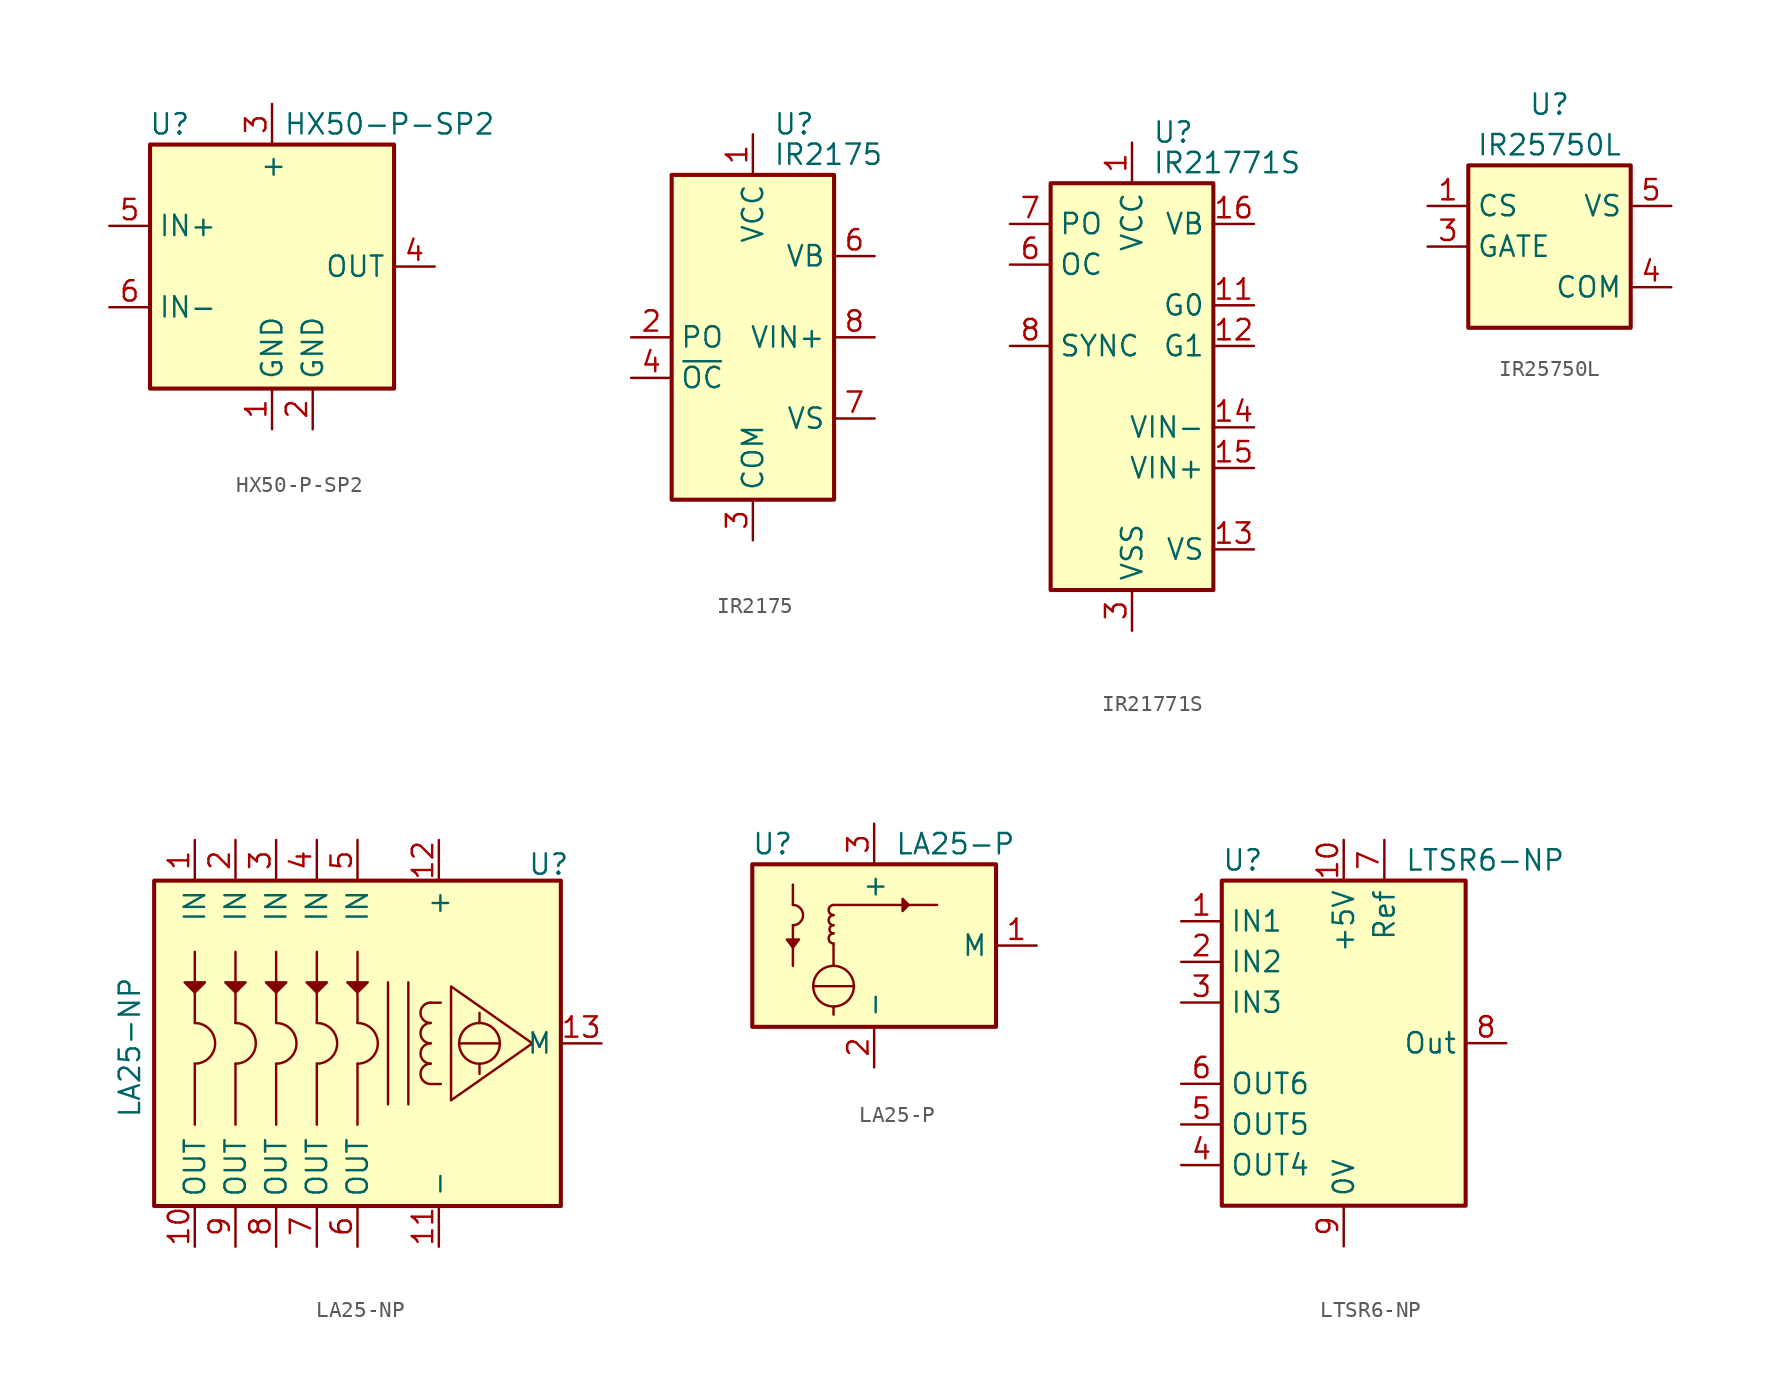
<source format=kicad_sym>
(kicad_symbol_lib
  (version 20241209)
  (generator "kicad_symbol_editor")
  (generator_version "9.0")
  (symbol "HX50-P-SP2"
    (property "Reference" "U"
      (at -5.08 8.89 0)
      (effects (font (size 1.27 1.27)) (justify right)))
    (property "Value" "HX50-P-SP2"
      (at 13.97 8.89 0)
      (effects (font (size 1.27 1.27)) (justify right)))
    (symbol "HX50-P-SP2_0_1"
      (rectangle (start -7.62 7.62) (end 7.62 -7.62) (stroke (width 0.254) (type default)) (fill (type background))))
    (symbol "HX50-P-SP2_1_1"
      (pin passive line (at -10.16 2.54 0) (length 2.54) (name "IN+" (effects (font (size 1.27 1.27)))) (number "5" (effects (font (size 1.27 1.27)))))
      (pin passive line (at -10.16 -2.54 0) (length 2.54) (name "IN-" (effects (font (size 1.27 1.27)))) (number "6" (effects (font (size 1.27 1.27)))))
      (pin power_in line (at 0 10.16 270) (length 2.54) (name "+" (effects (font (size 1.27 1.27)))) (number "3" (effects (font (size 1.27 1.27)))))
      (pin power_in line (at 0 -10.16 90) (length 2.54) (name "GND" (effects (font (size 1.27 1.27)))) (number "1" (effects (font (size 1.27 1.27)))))
      (pin power_in line (at 2.54 -10.16 90) (length 2.54) (name "GND" (effects (font (size 1.27 1.27)))) (number "2" (effects (font (size 1.27 1.27)))))
      (pin output line (at 10.16 0 180) (length 2.54) (name "OUT" (effects (font (size 1.27 1.27)))) (number "4" (effects (font (size 1.27 1.27)))))))
  (symbol "IR2175"
    (property "Reference" "U"
      (at 1.27 13.335 0)
      (effects (font (size 1.27 1.27)) (justify left)))
    (property "Value" "IR2175"
      (at 1.27 11.43 0)
      (effects (font (size 1.27 1.27)) (justify left)))
    (symbol "IR2175_0_1"
      (rectangle (start -5.08 -10.16) (end 5.08 10.16) (stroke (width 0.254) (type default)) (fill (type background))))
    (symbol "IR2175_1_1"
      (pin output line (at -7.62 0 0) (length 2.54) (name "PO" (effects (font (size 1.27 1.27)))) (number "2" (effects (font (size 1.27 1.27)))))
      (pin output line (at -7.62 -2.54 0) (length 2.54) (name "~{OC}" (effects (font (size 1.27 1.27)))) (number "4" (effects (font (size 1.27 1.27)))))
      (pin no_connect line (at -5.08 2.54 0) (length 2.54) (hide yes) (name "NC" (effects (font (size 1.27 1.27)))) (number "5" (effects (font (size 1.27 1.27)))))
      (pin power_in line (at 0 12.7 270) (length 2.54) (name "VCC" (effects (font (size 1.27 1.27)))) (number "1" (effects (font (size 1.27 1.27)))))
      (pin power_in line (at 0 -12.7 90) (length 2.54) (name "COM" (effects (font (size 1.27 1.27)))) (number "3" (effects (font (size 1.27 1.27)))))
      (pin passive line (at 7.62 5.08 180) (length 2.54) (name "VB" (effects (font (size 1.27 1.27)))) (number "6" (effects (font (size 1.27 1.27)))))
      (pin passive line (at 7.62 0 180) (length 2.54) (name "VIN+" (effects (font (size 1.27 1.27)))) (number "8" (effects (font (size 1.27 1.27)))))
      (pin passive line (at 7.62 -5.08 180) (length 2.54) (name "VS" (effects (font (size 1.27 1.27)))) (number "7" (effects (font (size 1.27 1.27)))))))
  (symbol "IR21771S"
    (property "Reference" "U"
      (at 1.27 15.875 0)
      (effects (font (size 1.27 1.27)) (justify left)))
    (property "Value" "IR21771S"
      (at 1.27 13.97 0)
      (effects (font (size 1.27 1.27)) (justify left)))
    (symbol "IR21771S_0_1"
      (rectangle (start -5.08 -12.7) (end 5.08 12.7) (stroke (width 0.254) (type default)) (fill (type background))))
    (symbol "IR21771S_1_1"
      (pin open_collector line (at -7.62 10.16 0) (length 2.54) (name "PO" (effects (font (size 1.27 1.27)))) (number "7" (effects (font (size 1.27 1.27)))))
      (pin open_collector line (at -7.62 7.62 0) (length 2.54) (name "OC" (effects (font (size 1.27 1.27)))) (number "6" (effects (font (size 1.27 1.27)))))
      (pin input line (at -7.62 2.54 0) (length 2.54) (name "SYNC" (effects (font (size 1.27 1.27)))) (number "8" (effects (font (size 1.27 1.27)))))
      (pin no_connect line (at -5.08 5.08 0) (length 2.54) (hide yes) (name "NC" (effects (font (size 1.27 1.27)))) (number "9" (effects (font (size 1.27 1.27)))))
      (pin no_connect line (at -5.08 0 0) (length 2.54) (hide yes) (name "NC" (effects (font (size 1.27 1.27)))) (number "10" (effects (font (size 1.27 1.27)))))
      (pin no_connect line (at -5.08 -2.54 0) (length 2.54) (hide yes) (name "NC" (effects (font (size 1.27 1.27)))) (number "5" (effects (font (size 1.27 1.27)))))
      (pin no_connect line (at -5.08 -5.08 0) (length 2.54) (hide yes) (name "NC" (effects (font (size 1.27 1.27)))) (number "2" (effects (font (size 1.27 1.27)))))
      (pin no_connect line (at -5.08 -7.62 0) (length 2.54) (hide yes) (name "NC" (effects (font (size 1.27 1.27)))) (number "4" (effects (font (size 1.27 1.27)))))
      (pin power_in line (at 0 15.24 270) (length 2.54) (name "VCC" (effects (font (size 1.27 1.27)))) (number "1" (effects (font (size 1.27 1.27)))))
      (pin power_in line (at 0 -15.24 90) (length 2.54) (name "VSS" (effects (font (size 1.27 1.27)))) (number "3" (effects (font (size 1.27 1.27)))))
      (pin passive line (at 7.62 10.16 180) (length 2.54) (name "VB" (effects (font (size 1.27 1.27)))) (number "16" (effects (font (size 1.27 1.27)))))
      (pin input line (at 7.62 5.08 180) (length 2.54) (name "G0" (effects (font (size 1.27 1.27)))) (number "11" (effects (font (size 1.27 1.27)))))
      (pin input line (at 7.62 2.54 180) (length 2.54) (name "G1" (effects (font (size 1.27 1.27)))) (number "12" (effects (font (size 1.27 1.27)))))
      (pin passive line (at 7.62 -2.54 180) (length 2.54) (name "VIN-" (effects (font (size 1.27 1.27)))) (number "14" (effects (font (size 1.27 1.27)))))
      (pin passive line (at 7.62 -5.08 180) (length 2.54) (name "VIN+" (effects (font (size 1.27 1.27)))) (number "15" (effects (font (size 1.27 1.27)))))
      (pin passive line (at 7.62 -10.16 180) (length 2.54) (name "VS" (effects (font (size 1.27 1.27)))) (number "13" (effects (font (size 1.27 1.27)))))))
  (symbol "IR25750L"
    (property "Reference" "U"
      (at 0 8.89 0)
      (effects (font (size 1.27 1.27))))
    (property "Value" "IR25750L"
      (at 0 6.35 0)
      (effects (font (size 1.27 1.27))))
    (symbol "IR25750L_0_1"
      (rectangle (start -5.08 -5.08) (end 5.08 5.08) (stroke (width 0.254) (type default)) (fill (type background))))
    (symbol "IR25750L_1_1"
      (pin output line (at -7.62 2.54 0) (length 2.54) (name "CS" (effects (font (size 1.27 1.27)))) (number "1" (effects (font (size 1.27 1.27)))))
      (pin input line (at -7.62 0 0) (length 2.54) (name "GATE" (effects (font (size 1.27 1.27)))) (number "3" (effects (font (size 1.27 1.27)))))
      (pin no_connect line (at -5.08 -2.54 0) (length 2.54) (hide yes) (name "NC" (effects (font (size 1.27 1.27)))) (number "2" (effects (font (size 1.27 1.27)))))
      (pin passive line (at 7.62 2.54 180) (length 2.54) (name "VS" (effects (font (size 1.27 1.27)))) (number "5" (effects (font (size 1.27 1.27)))))
      (pin power_in line (at 7.62 -2.54 180) (length 2.54) (name "COM" (effects (font (size 1.27 1.27)))) (number "4" (effects (font (size 1.27 1.27)))))))
  (symbol "LA25-NP"
    (property "Reference" "U"
      (at 11.938 11.176 0)
      (effects (font (size 1.27 1.27))))
    (property "Value" "LA25-NP"
      (at -14.224 -0.254 90)
      (effects (font (size 1.27 1.27))))
    (symbol "LA25-NP_0_1"
      (polyline (pts (xy -10.16 1.27) (xy -10.16 5.715)) (stroke (width 0) (type default)) (fill (type none)))
      (arc (start -10.16 1.27) (mid -8.89 0) (end -10.16 -1.27) (stroke (width 0) (type default)) (fill (type none)))
      (polyline (pts (xy -10.16 -1.27) (xy -10.16 -5.08)) (stroke (width 0) (type default)) (fill (type none)))
      (polyline (pts (xy -7.62 1.27) (xy -7.62 5.715)) (stroke (width 0) (type default)) (fill (type none)))
      (arc (start -7.62 1.27) (mid -6.35 0) (end -7.62 -1.27) (stroke (width 0) (type default)) (fill (type none)))
      (polyline (pts (xy -7.62 -1.27) (xy -7.62 -5.08)) (stroke (width 0) (type default)) (fill (type none)))
      (polyline (pts (xy -5.08 1.27) (xy -5.08 5.715)) (stroke (width 0) (type default)) (fill (type none)))
      (arc (start -5.08 1.27) (mid -3.81 0) (end -5.08 -1.27) (stroke (width 0) (type default)) (fill (type none)))
      (polyline (pts (xy -5.08 -1.27) (xy -5.08 -5.08)) (stroke (width 0) (type default)) (fill (type none)))
      (polyline (pts (xy -2.54 1.27) (xy -2.54 5.715)) (stroke (width 0) (type default)) (fill (type none)))
      (arc (start -2.54 1.27) (mid -1.27 0) (end -2.54 -1.27) (stroke (width 0) (type default)) (fill (type none)))
      (polyline (pts (xy -2.54 -1.27) (xy -2.54 -5.08)) (stroke (width 0) (type default)) (fill (type none)))
      (polyline (pts (xy 0 1.27) (xy 0 5.715)) (stroke (width 0) (type default)) (fill (type none)))
      (arc (start 0 1.27) (mid 1.27 0) (end 0 -1.27) (stroke (width 0) (type default)) (fill (type none)))
      (polyline (pts (xy 0 -1.27) (xy 0 -5.08)) (stroke (width 0) (type default)) (fill (type none)))
      (polyline (pts (xy 1.905 3.81) (xy 1.905 -3.81)) (stroke (width 0) (type default)) (fill (type none)))
      (polyline (pts (xy 3.175 3.81) (xy 3.175 -3.81)) (stroke (width 0) (type default)) (fill (type none)))
      (polyline (pts (xy 4.572 2.54) (xy 5.207 2.54)) (stroke (width 0) (type default)) (fill (type none)))
      (arc (start 4.572 1.27) (mid 3.937 1.905) (end 4.572 2.54) (stroke (width 0) (type default)) (fill (type none)))
      (arc (start 4.572 0) (mid 3.937 0.635) (end 4.572 1.27) (stroke (width 0) (type default)) (fill (type none)))
      (arc (start 4.572 -1.27) (mid 3.937 -0.635) (end 4.572 0) (stroke (width 0) (type default)) (fill (type none)))
      (arc (start 4.572 -2.54) (mid 3.937 -1.905) (end 4.572 -1.27) (stroke (width 0) (type default)) (fill (type none)))
      (polyline (pts (xy 4.572 -2.54) (xy 5.207 -2.54)) (stroke (width 0) (type default)) (fill (type none)))
      (polyline (pts (xy 5.842 3.556) (xy 5.842 -3.556) (xy 10.922 0) (xy 5.842 3.556)) (stroke (width 0) (type default)) (fill (type none)))
      (polyline (pts (xy 7.62 1.27) (xy 7.62 1.905)) (stroke (width 0) (type default)) (fill (type none)))
      (circle (center 7.62 0) (radius 1.27) (stroke (width 0) (type default)) (fill (type none)))
      (polyline (pts (xy 7.62 -1.27) (xy 7.62 -1.905)) (stroke (width 0) (type default)) (fill (type none)))
      (polyline (pts (xy 8.89 0) (xy 6.35 0)) (stroke (width 0) (type default)) (fill (type none))))
    (symbol "LA25-NP_1_1"
      (rectangle (start -12.7 10.16) (end 12.7 -10.16) (stroke (width 0.254) (type default)) (fill (type background)))
      (polyline (pts (xy -10.16 3.175) (xy -10.795 3.81) (xy -9.525 3.81) (xy -10.16 3.175)) (stroke (width 0) (type default)) (fill (type outline)))
      (polyline (pts (xy -7.62 3.175) (xy -8.255 3.81) (xy -6.985 3.81) (xy -7.62 3.175)) (stroke (width 0) (type default)) (fill (type outline)))
      (polyline (pts (xy -5.08 3.175) (xy -5.715 3.81) (xy -4.445 3.81) (xy -5.08 3.175)) (stroke (width 0) (type default)) (fill (type outline)))
      (polyline (pts (xy -2.54 3.175) (xy -3.175 3.81) (xy -1.905 3.81) (xy -2.54 3.175)) (stroke (width 0) (type default)) (fill (type outline)))
      (polyline (pts (xy 0 3.175) (xy -0.635 3.81) (xy 0.635 3.81) (xy 0 3.175)) (stroke (width 0) (type default)) (fill (type outline)))
      (pin input line (at -10.16 12.7 270) (length 2.54) (name "IN" (effects (font (size 1.27 1.27)))) (number "1" (effects (font (size 1.27 1.27)))))
      (pin input line (at -10.16 -12.7 90) (length 2.54) (name "OUT" (effects (font (size 1.27 1.27)))) (number "10" (effects (font (size 1.27 1.27)))))
      (pin input line (at -7.62 12.7 270) (length 2.54) (name "IN" (effects (font (size 1.27 1.27)))) (number "2" (effects (font (size 1.27 1.27)))))
      (pin input line (at -7.62 -12.7 90) (length 2.54) (name "OUT" (effects (font (size 1.27 1.27)))) (number "9" (effects (font (size 1.27 1.27)))))
      (pin input line (at -5.08 12.7 270) (length 2.54) (name "IN" (effects (font (size 1.27 1.27)))) (number "3" (effects (font (size 1.27 1.27)))))
      (pin input line (at -5.08 -12.7 90) (length 2.54) (name "OUT" (effects (font (size 1.27 1.27)))) (number "8" (effects (font (size 1.27 1.27)))))
      (pin input line (at -2.54 12.7 270) (length 2.54) (name "IN" (effects (font (size 1.27 1.27)))) (number "4" (effects (font (size 1.27 1.27)))))
      (pin input line (at -2.54 -12.7 90) (length 2.54) (name "OUT" (effects (font (size 1.27 1.27)))) (number "7" (effects (font (size 1.27 1.27)))))
      (pin input line (at 0 12.7 270) (length 2.54) (name "IN" (effects (font (size 1.27 1.27)))) (number "5" (effects (font (size 1.27 1.27)))))
      (pin input line (at 0 -12.7 90) (length 2.54) (name "OUT" (effects (font (size 1.27 1.27)))) (number "6" (effects (font (size 1.27 1.27)))))
      (pin power_in line (at 5.08 12.7 270) (length 2.54) (name "+" (effects (font (size 1.27 1.27)))) (number "12" (effects (font (size 1.27 1.27)))))
      (pin power_in line (at 5.08 -12.7 90) (length 2.54) (name "-" (effects (font (size 1.27 1.27)))) (number "11" (effects (font (size 1.27 1.27)))))
      (pin output line (at 15.24 0 180) (length 2.54) (name "M" (effects (font (size 1.27 1.27)))) (number "13" (effects (font (size 1.27 1.27)))))))
  (symbol "LA25-P"
    (property "Reference" "U"
      (at -6.35 6.35 0)
      (effects (font (size 1.27 1.27))))
    (property "Value" "LA25-P"
      (at 5.08 6.35 0)
      (effects (font (size 1.27 1.27))))
    (symbol "LA25-P_0_1"
      (polyline (pts (xy -5.334 0.381) (xy -4.699 0.381) (xy -5.08 -0.127) (xy -5.461 0.381)) (stroke (width 0) (type default)) (fill (type outline)))
      (arc (start -5.08 2.54) (mid -4.4477 1.905) (end -5.08 1.27) (stroke (width 0) (type default)) (fill (type none)))
      (polyline (pts (xy -5.08 3.81) (xy -5.08 2.54)) (stroke (width 0) (type default)) (fill (type none)))
      (polyline (pts (xy -5.08 1.27) (xy -5.08 -1.27)) (stroke (width 0) (type default)) (fill (type none)))
      (polyline (pts (xy -3.81 -2.54) (xy -1.27 -2.54)) (stroke (width 0) (type default)) (fill (type none)))
      (polyline (pts (xy -2.54 2.54) (xy 3.937 2.54)) (stroke (width 0) (type default)) (fill (type none)))
      (polyline (pts (xy -2.54 -1.27) (xy -2.54 0.127)) (stroke (width 0) (type default)) (fill (type none)))
      (circle (center -2.54 -2.54) (radius 1.27) (stroke (width 0) (type default)) (fill (type none)))
      (polyline (pts (xy -2.54 -3.81) (xy -2.54 -4.318)) (stroke (width 0) (type default)) (fill (type none)))
      (arc (start -2.54 0.762) (mid -2.7929 1.016) (end -2.54 1.27) (stroke (width 0) (type default)) (fill (type none)))
      (arc (start -2.54 1.905) (mid -2.8451 2.2225) (end -2.54 2.54) (stroke (width 0) (type default)) (fill (type none)))
      (arc (start -2.54 1.27) (mid -2.8451 1.5875) (end -2.54 1.905) (stroke (width 0) (type default)) (fill (type none)))
      (arc (start -2.54 0.127) (mid -2.8451 0.4445) (end -2.54 0.762) (stroke (width 0) (type default)) (fill (type none)))
      (polyline (pts (xy 2.159 2.54) (xy 1.778 2.921) (xy 1.778 2.159) (xy 2.159 2.54)) (stroke (width 0) (type default)) (fill (type outline)))
      (rectangle (start 7.62 -5.08) (end -7.62 5.08) (stroke (width 0.254) (type default)) (fill (type background))))
    (symbol "LA25-P_1_1"
      (pin power_in line (at 0 7.62 270) (length 2.54) (name "+" (effects (font (size 1.27 1.27)))) (number "3" (effects (font (size 1.27 1.27)))))
      (pin power_in line (at 0 -7.62 90) (length 2.54) (name "-" (effects (font (size 1.27 1.27)))) (number "2" (effects (font (size 1.27 1.27)))))
      (pin output line (at 10.16 0 180) (length 2.54) (name "M" (effects (font (size 1.27 1.27)))) (number "1" (effects (font (size 1.27 1.27)))))))
  (symbol "LTSR6-NP"
    (property "Reference" "U"
      (at -7.62 11.43 0)
      (effects (font (size 1.27 1.27)) (justify left)))
    (property "Value" "LTSR6-NP"
      (at 3.81 11.43 0)
      (effects (font (size 1.27 1.27)) (justify left)))
    (symbol "LTSR6-NP_0_1"
      (rectangle (start -7.62 10.16) (end 7.62 -10.16) (stroke (width 0.254) (type default)) (fill (type background))))
    (symbol "LTSR6-NP_1_1"
      (pin passive line (at -10.16 7.62 0) (length 2.54) (name "IN1" (effects (font (size 1.27 1.27)))) (number "1" (effects (font (size 1.27 1.27)))))
      (pin passive line (at -10.16 5.08 0) (length 2.54) (name "IN2" (effects (font (size 1.27 1.27)))) (number "2" (effects (font (size 1.27 1.27)))))
      (pin passive line (at -10.16 2.54 0) (length 2.54) (name "IN3" (effects (font (size 1.27 1.27)))) (number "3" (effects (font (size 1.27 1.27)))))
      (pin passive line (at -10.16 -2.54 0) (length 2.54) (name "OUT6" (effects (font (size 1.27 1.27)))) (number "6" (effects (font (size 1.27 1.27)))))
      (pin passive line (at -10.16 -5.08 0) (length 2.54) (name "OUT5" (effects (font (size 1.27 1.27)))) (number "5" (effects (font (size 1.27 1.27)))))
      (pin passive line (at -10.16 -7.62 0) (length 2.54) (name "OUT4" (effects (font (size 1.27 1.27)))) (number "4" (effects (font (size 1.27 1.27)))))
      (pin power_in line (at 0 12.7 270) (length 2.54) (name "+5V" (effects (font (size 1.27 1.27)))) (number "10" (effects (font (size 1.27 1.27)))))
      (pin power_in line (at 0 -12.7 90) (length 2.54) (name "0V" (effects (font (size 1.27 1.27)))) (number "9" (effects (font (size 1.27 1.27)))))
      (pin passive line (at 2.54 12.7 270) (length 2.54) (name "Ref" (effects (font (size 1.27 1.27)))) (number "7" (effects (font (size 1.27 1.27)))))
      (pin output line (at 10.16 0 180) (length 2.54) (name "Out" (effects (font (size 1.27 1.27)))) (number "8" (effects (font (size 1.27 1.27))))))))
</source>
